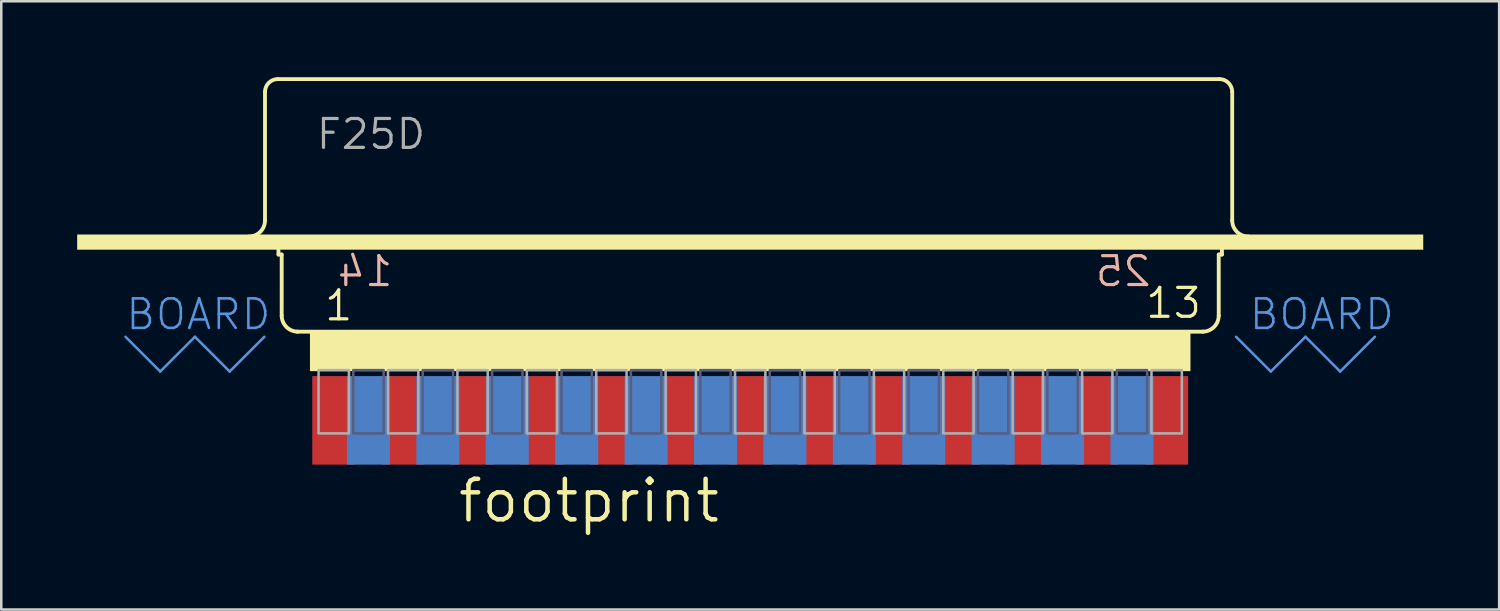
<source format=kicad_pcb>
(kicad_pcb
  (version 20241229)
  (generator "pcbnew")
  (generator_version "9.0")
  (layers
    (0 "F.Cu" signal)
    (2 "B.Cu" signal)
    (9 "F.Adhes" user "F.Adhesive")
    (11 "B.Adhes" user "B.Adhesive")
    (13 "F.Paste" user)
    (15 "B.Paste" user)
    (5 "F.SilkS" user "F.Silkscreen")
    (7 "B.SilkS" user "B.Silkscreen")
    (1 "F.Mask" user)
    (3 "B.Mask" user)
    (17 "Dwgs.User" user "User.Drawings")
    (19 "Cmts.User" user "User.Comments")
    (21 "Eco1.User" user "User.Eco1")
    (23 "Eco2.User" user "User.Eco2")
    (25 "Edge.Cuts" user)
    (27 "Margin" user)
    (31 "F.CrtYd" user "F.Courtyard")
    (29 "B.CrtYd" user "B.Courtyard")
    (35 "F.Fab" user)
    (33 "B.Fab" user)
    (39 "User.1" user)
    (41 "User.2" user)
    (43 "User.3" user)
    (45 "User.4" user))
  (footprint "footprint"
    (layer "F.Cu")
    (at 26.6 7.518)
    (property "Reference" "footprint" (at -11.633 10.16 0) (layer "F.SilkS") (effects (font (size 1.6 1.6) (thickness 0.178)) (justify left bottom)))
    (fp_line (start -19.177 -1.854) (end -19.177 -6.934) (stroke (width 0.152) (type solid)) (layer "F.SilkS"))
    (fp_line (start -18.669 -7.442) (end 18.542 -7.442) (stroke (width 0.152) (type solid)) (layer "F.SilkS"))
    (fp_line (start -18.644 -0.508) (end -18.644 -1.016) (stroke (width 0.152) (type solid)) (layer "F.SilkS"))
    (fp_line (start -18.644 -0.508) (end -18.517 -0.508) (stroke (width 0.152) (type solid)) (layer "F.SilkS"))
    (fp_line (start -18.517 1.905) (end -18.517 -0.508) (stroke (width 0.152) (type solid)) (layer "F.SilkS"))
    (fp_line (start -17.901 2.54) (end 17.901 2.54) (stroke (width 0.152) (type solid)) (layer "F.SilkS"))
    (fp_line (start 18.517 -0.508) (end 18.644 -0.508) (stroke (width 0.152) (type solid)) (layer "F.SilkS"))
    (fp_line (start 18.517 1.905) (end 18.517 -0.508) (stroke (width 0.152) (type solid)) (layer "F.SilkS"))
    (fp_line (start 18.644 -0.508) (end 18.644 -1.016) (stroke (width 0.152) (type solid)) (layer "F.SilkS"))
    (fp_line (start 19.05 -1.854) (end 19.05 -6.934) (stroke (width 0.152) (type solid)) (layer "F.SilkS"))
    (fp_arc (start -19.177 -6.9342) (mid -19.02821 -7.29341) (end -18.669 -7.4422) (stroke (width 0.1524) (type solid)) (layer "F.SilkS"))
    (fp_arc (start -19.177 -1.8542) (mid -19.362987 -1.405187) (end -19.812 -1.2192) (stroke (width 0.1524) (type solid)) (layer "F.SilkS"))
    (fp_arc (start -17.8816 2.54) (mid -18.330613 2.354013) (end -18.5166 1.905) (stroke (width 0.1524) (type solid)) (layer "F.SilkS"))
    (fp_arc (start 18.5166 1.905) (mid 18.330613 2.354013) (end 17.8816 2.54) (stroke (width 0.1524) (type solid)) (layer "F.SilkS"))
    (fp_arc (start 18.542 -7.4422) (mid 18.90121 -7.29341) (end 19.05 -6.9342) (stroke (width 0.1524) (type solid)) (layer "F.SilkS"))
    (fp_arc (start 19.685 -1.2192) (mid 19.235987 -1.405187) (end 19.05 -1.8542) (stroke (width 0.1524) (type solid)) (layer "F.SilkS"))
    (fp_poly (pts (xy -26.6 -0.7) (xy 26.6 -0.7) (xy 26.6 -1.3) (xy -26.6 -1.3)) (stroke (width 0) (type solid)) (fill yes) (layer "F.SilkS"))
    (fp_poly (pts (xy -17.4 4.1) (xy 17.4 4.1) (xy 17.4 2.5) (xy -17.4 2.5)) (stroke (width 0) (type solid)) (fill yes) (layer "F.SilkS"))
    (fp_line (start -24.689 2.743) (end -23.317 4.115) (stroke (width 0.1) (type solid)) (layer "Cmts.User"))
    (fp_line (start -23.317 4.115) (end -21.946 2.743) (stroke (width 0.1) (type solid)) (layer "Cmts.User"))
    (fp_line (start -21.946 2.743) (end -20.574 4.115) (stroke (width 0.1) (type solid)) (layer "Cmts.User"))
    (fp_line (start -20.574 4.115) (end -19.202 2.743) (stroke (width 0.1) (type solid)) (layer "Cmts.User"))
    (fp_line (start 19.202 2.743) (end 20.574 4.115) (stroke (width 0.1) (type solid)) (layer "Cmts.User"))
    (fp_line (start 20.574 4.115) (end 21.946 2.743) (stroke (width 0.1) (type solid)) (layer "Cmts.User"))
    (fp_line (start 21.946 2.743) (end 23.317 4.115) (stroke (width 0.1) (type solid)) (layer "Cmts.User"))
    (fp_line (start 23.317 4.115) (end 24.689 2.743) (stroke (width 0.1) (type solid)) (layer "Cmts.User"))
    (fp_poly (pts (xy -15.688 6.56) (xy -14.488 6.56) (xy -14.488 4.06) (xy -15.688 4.06)) (stroke (width 0.1) (type solid)) (fill no) (layer "B.Fab"))
    (fp_poly (pts (xy -12.944 6.56) (xy -11.744 6.56) (xy -11.744 4.06) (xy -12.944 4.06)) (stroke (width 0.1) (type solid)) (fill no) (layer "B.Fab"))
    (fp_poly (pts (xy -10.201 6.56) (xy -9.001 6.56) (xy -9.001 4.06) (xy -10.201 4.06)) (stroke (width 0.1) (type solid)) (fill no) (layer "B.Fab"))
    (fp_poly (pts (xy -7.458 6.56) (xy -6.258 6.56) (xy -6.258 4.06) (xy -7.458 4.06)) (stroke (width 0.1) (type solid)) (fill no) (layer "B.Fab"))
    (fp_poly (pts (xy -4.715 6.56) (xy -3.515 6.56) (xy -3.515 4.06) (xy -4.715 4.06)) (stroke (width 0.1) (type solid)) (fill no) (layer "B.Fab"))
    (fp_poly (pts (xy -1.972 6.56) (xy -0.772 6.56) (xy -0.772 4.06) (xy -1.972 4.06)) (stroke (width 0.1) (type solid)) (fill no) (layer "B.Fab"))
    (fp_poly (pts (xy 0.772 6.56) (xy 1.972 6.56) (xy 1.972 4.06) (xy 0.772 4.06)) (stroke (width 0.1) (type solid)) (fill no) (layer "B.Fab"))
    (fp_poly (pts (xy 3.515 6.56) (xy 4.715 6.56) (xy 4.715 4.06) (xy 3.515 4.06)) (stroke (width 0.1) (type solid)) (fill no) (layer "B.Fab"))
    (fp_poly (pts (xy 6.258 6.56) (xy 7.458 6.56) (xy 7.458 4.06) (xy 6.258 4.06)) (stroke (width 0.1) (type solid)) (fill no) (layer "B.Fab"))
    (fp_poly (pts (xy 9.001 6.56) (xy 10.201 6.56) (xy 10.201 4.06) (xy 9.001 4.06)) (stroke (width 0.1) (type solid)) (fill no) (layer "B.Fab"))
    (fp_poly (pts (xy 11.744 6.56) (xy 12.944 6.56) (xy 12.944 4.06) (xy 11.744 4.06)) (stroke (width 0.1) (type solid)) (fill no) (layer "B.Fab"))
    (fp_poly (pts (xy 14.488 6.56) (xy 15.688 6.56) (xy 15.688 4.06) (xy 14.488 4.06)) (stroke (width 0.1) (type solid)) (fill no) (layer "B.Fab"))
    (fp_poly (pts (xy -17.059 6.56) (xy -15.859 6.56) (xy -15.859 4.06) (xy -17.059 4.06)) (stroke (width 0.1) (type solid)) (fill no) (layer "F.Fab"))
    (fp_poly (pts (xy -14.316 6.56) (xy -13.116 6.56) (xy -13.116 4.06) (xy -14.316 4.06)) (stroke (width 0.1) (type solid)) (fill no) (layer "F.Fab"))
    (fp_poly (pts (xy -11.573 6.56) (xy -10.373 6.56) (xy -10.373 4.06) (xy -11.573 4.06)) (stroke (width 0.1) (type solid)) (fill no) (layer "F.Fab"))
    (fp_poly (pts (xy -8.83 6.56) (xy -7.63 6.56) (xy -7.63 4.06) (xy -8.83 4.06)) (stroke (width 0.1) (type solid)) (fill no) (layer "F.Fab"))
    (fp_poly (pts (xy -6.086 6.56) (xy -4.886 6.56) (xy -4.886 4.06) (xy -6.086 4.06)) (stroke (width 0.1) (type solid)) (fill no) (layer "F.Fab"))
    (fp_poly (pts (xy -3.343 6.56) (xy -2.143 6.56) (xy -2.143 4.06) (xy -3.343 4.06)) (stroke (width 0.1) (type solid)) (fill no) (layer "F.Fab"))
    (fp_poly (pts (xy -0.6 6.56) (xy 0.6 6.56) (xy 0.6 4.06) (xy -0.6 4.06)) (stroke (width 0.1) (type solid)) (fill no) (layer "F.Fab"))
    (fp_poly (pts (xy 2.143 6.56) (xy 3.343 6.56) (xy 3.343 4.06) (xy 2.143 4.06)) (stroke (width 0.1) (type solid)) (fill no) (layer "F.Fab"))
    (fp_poly (pts (xy 4.886 6.56) (xy 6.086 6.56) (xy 6.086 4.06) (xy 4.886 4.06)) (stroke (width 0.1) (type solid)) (fill no) (layer "F.Fab"))
    (fp_poly (pts (xy 7.63 6.56) (xy 8.83 6.56) (xy 8.83 4.06) (xy 7.63 4.06)) (stroke (width 0.1) (type solid)) (fill no) (layer "F.Fab"))
    (fp_poly (pts (xy 10.373 6.56) (xy 11.573 6.56) (xy 11.573 4.06) (xy 10.373 4.06)) (stroke (width 0.1) (type solid)) (fill no) (layer "F.Fab"))
    (fp_poly (pts (xy 13.116 6.56) (xy 14.316 6.56) (xy 14.316 4.06) (xy 13.116 4.06)) (stroke (width 0.1) (type solid)) (fill no) (layer "F.Fab"))
    (fp_poly (pts (xy 15.859 6.56) (xy 17.059 6.56) (xy 17.059 4.06) (xy 15.859 4.06)) (stroke (width 0.1) (type solid)) (fill no) (layer "F.Fab"))
    (fp_text user "13" (at 15.558 2.079 0) (layer "F.SilkS") (effects (font (size 1.143 1.143) (thickness 0.127)) (justify left bottom)))
    (fp_text user "1" (at -16.893 2.179 0) (layer "F.SilkS") (effects (font (size 1.143 1.143) (thickness 0.127)) (justify left bottom)))
    (fp_text user "25" (at 15.915 0.825 0) (layer "B.SilkS") (effects (font (size 1.143 1.143) (thickness 0.127)) (justify left bottom mirror)))
    (fp_text user "14" (at -14.05 0.825 0) (layer "B.SilkS") (effects (font (size 1.143 1.143) (thickness 0.127)) (justify left bottom mirror)))
    (fp_text user "BOARD" (at 19.66 2.54 0) (layer "Cmts.User") (effects (font (size 1.168 1.168) (thickness 0.102)) (justify left bottom)))
    (fp_text user "BOARD " (at -24.74 2.54 0) (layer "Cmts.User") (effects (font (size 1.168 1.168) (thickness 0.102)) (justify left bottom)))
    (fp_text user "F25D" (at -17.221 -4.597 0) (layer "F.Fab") (effects (font (size 1.143 1.143) (thickness 0.127)) (justify left bottom)))
    (pad "1" smd rect (at -16.459 6.045) (size 1.7 3.5) (layers "F.Cu" "F.Mask" "F.Paste"))
    (pad "2" smd rect (at -13.716 6.045) (size 1.7 3.5) (layers "F.Cu" "F.Mask" "F.Paste"))
    (pad "3" smd rect (at -10.973 6.045) (size 1.7 3.5) (layers "F.Cu" "F.Mask" "F.Paste"))
    (pad "4" smd rect (at -8.23 6.045) (size 1.7 3.5) (layers "F.Cu" "F.Mask" "F.Paste"))
    (pad "5" smd rect (at -5.486 6.045) (size 1.7 3.5) (layers "F.Cu" "F.Mask" "F.Paste"))
    (pad "6" smd rect (at -2.743 6.045) (size 1.7 3.5) (layers "F.Cu" "F.Mask" "F.Paste"))
    (pad "7" smd rect (at 0 6.045) (size 1.7 3.5) (layers "F.Cu" "F.Mask" "F.Paste"))
    (pad "8" smd rect (at 2.743 6.045) (size 1.7 3.5) (layers "F.Cu" "F.Mask" "F.Paste"))
    (pad "9" smd rect (at 5.486 6.045) (size 1.7 3.5) (layers "F.Cu" "F.Mask" "F.Paste"))
    (pad "10" smd rect (at 8.23 6.045) (size 1.7 3.5) (layers "F.Cu" "F.Mask" "F.Paste"))
    (pad "11" smd rect (at 10.973 6.045) (size 1.7 3.5) (layers "F.Cu" "F.Mask" "F.Paste"))
    (pad "12" smd rect (at 13.716 6.045) (size 1.7 3.5) (layers "F.Cu" "F.Mask" "F.Paste"))
    (pad "13" smd rect (at 16.459 6.045) (size 1.7 3.5) (layers "F.Cu" "F.Mask" "F.Paste"))
    (pad "14" smd rect (at -15.088 6.045) (size 1.7 3.5) (layers "B.Cu" "B.Mask" "B.Paste"))
    (pad "15" smd rect (at -12.344 6.045) (size 1.7 3.5) (layers "B.Cu" "B.Mask" "B.Paste"))
    (pad "16" smd rect (at -9.601 6.045) (size 1.7 3.5) (layers "B.Cu" "B.Mask" "B.Paste"))
    (pad "17" smd rect (at -6.858 6.045) (size 1.7 3.5) (layers "B.Cu" "B.Mask" "B.Paste"))
    (pad "18" smd rect (at -4.115 6.045) (size 1.7 3.5) (layers "B.Cu" "B.Mask" "B.Paste"))
    (pad "19" smd rect (at -1.372 6.045) (size 1.7 3.5) (layers "B.Cu" "B.Mask" "B.Paste"))
    (pad "20" smd rect (at 1.372 6.045) (size 1.7 3.5) (layers "B.Cu" "B.Mask" "B.Paste"))
    (pad "21" smd rect (at 4.115 6.045) (size 1.7 3.5) (layers "B.Cu" "B.Mask" "B.Paste"))
    (pad "22" smd rect (at 6.858 6.045) (size 1.7 3.5) (layers "B.Cu" "B.Mask" "B.Paste"))
    (pad "23" smd rect (at 9.601 6.045) (size 1.7 3.5) (layers "B.Cu" "B.Mask" "B.Paste"))
    (pad "24" smd rect (at 12.344 6.045) (size 1.7 3.5) (layers "B.Cu" "B.Mask" "B.Paste"))
    (pad "25" smd rect (at 15.088 6.045) (size 1.7 3.5) (layers "B.Cu" "B.Mask" "B.Paste")))
  (gr_rect
    (start -3 -3)
    (end 56.2 21.041)
    (stroke (width 0.1) (type default))
    (fill no)
    (layer "Edge.Cuts")))
</source>
